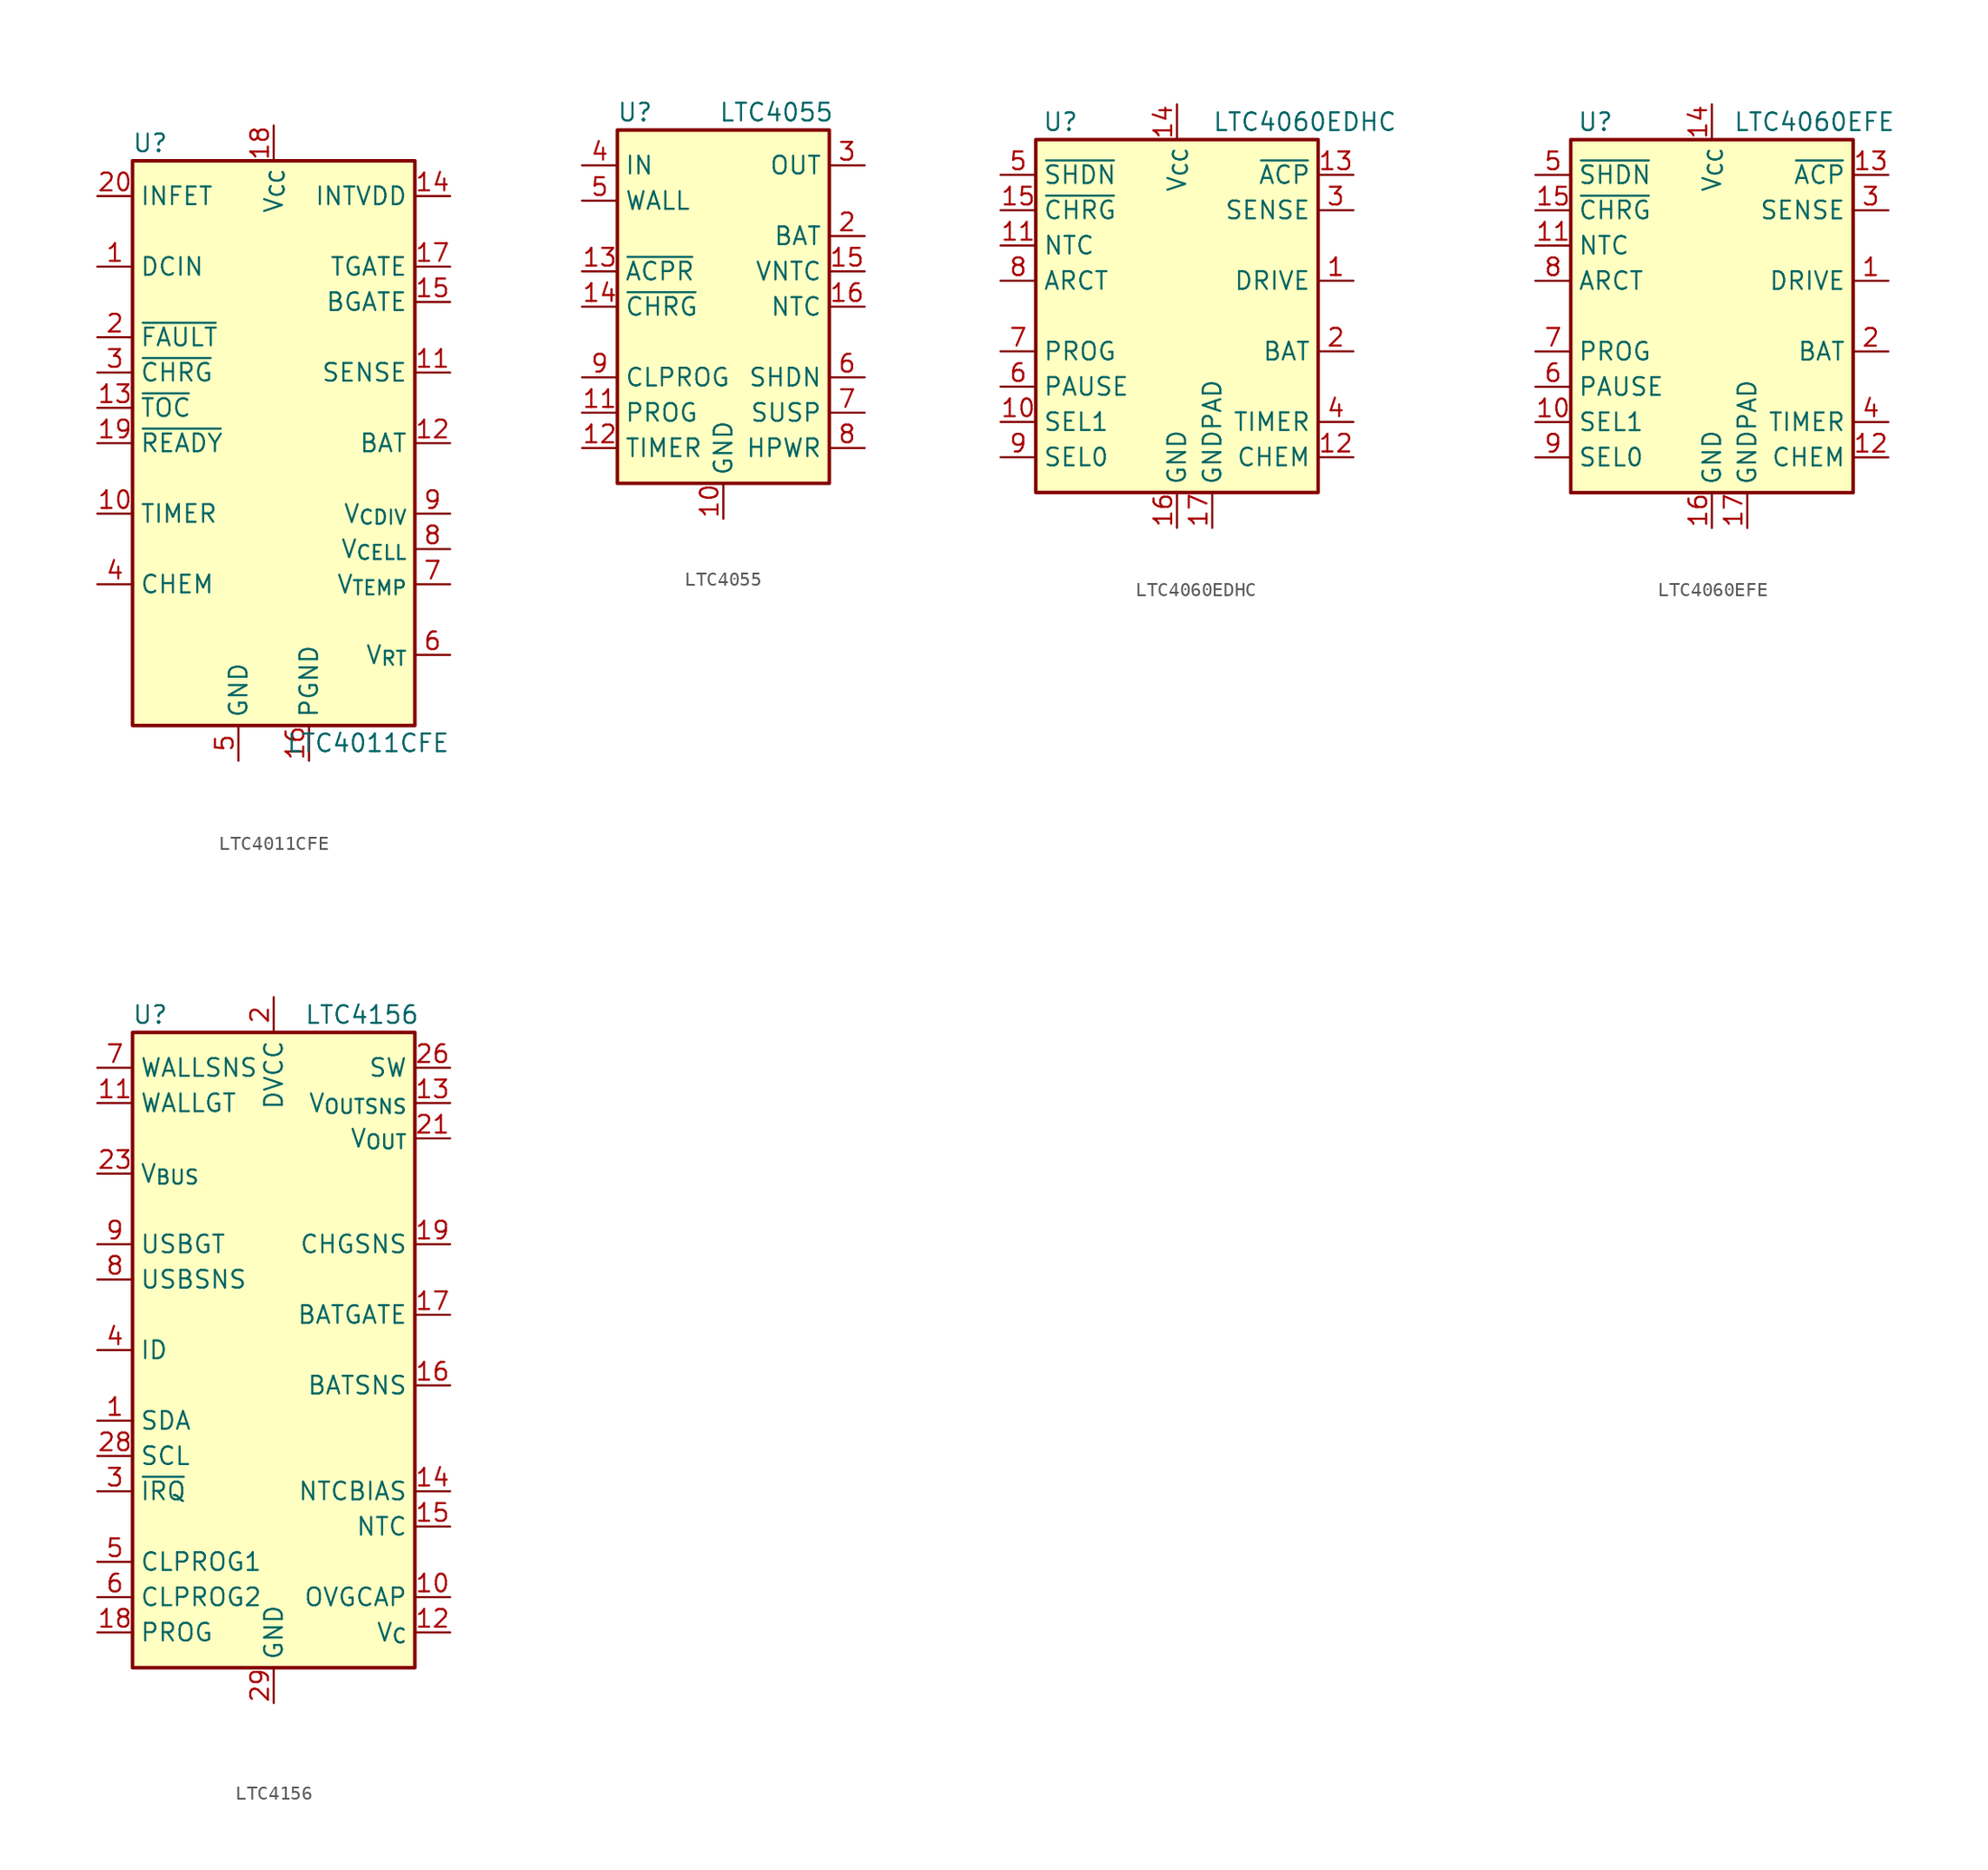
<source format=kicad_sym>
(kicad_symbol_lib
  (version 20241209)
  (generator "kicad_symbol_editor")
  (generator_version "9.0")
  (symbol "LTC4011CFE"
    (property "Reference" "U"
      (at -8.89 21.59 0)
      (effects (font (size 1.27 1.27))))
    (property "Value" "LTC4011CFE"
      (at 12.7 -21.59 0)
      (effects (font (size 1.27 1.27)) (justify right)))
    (symbol "LTC4011CFE_0_1"
      (rectangle (start -10.16 20.32) (end 10.16 -20.32) (stroke (width 0.254) (type default)) (fill (type background))))
    (symbol "LTC4011CFE_1_1"
      (pin output line (at -12.7 17.78 0) (length 2.54) (name "INFET" (effects (font (size 1.27 1.27)))) (number "20" (effects (font (size 1.27 1.27)))))
      (pin input line (at -12.7 12.7 0) (length 2.54) (name "DCIN" (effects (font (size 1.27 1.27)))) (number "1" (effects (font (size 1.27 1.27)))))
      (pin open_collector line (at -12.7 7.62 0) (length 2.54) (name "~{FAULT}" (effects (font (size 1.27 1.27)))) (number "2" (effects (font (size 1.27 1.27)))))
      (pin open_collector line (at -12.7 5.08 0) (length 2.54) (name "~{CHRG}" (effects (font (size 1.27 1.27)))) (number "3" (effects (font (size 1.27 1.27)))))
      (pin open_collector line (at -12.7 2.54 0) (length 2.54) (name "~{TOC}" (effects (font (size 1.27 1.27)))) (number "13" (effects (font (size 1.27 1.27)))))
      (pin open_collector line (at -12.7 0 0) (length 2.54) (name "~{READY}" (effects (font (size 1.27 1.27)))) (number "19" (effects (font (size 1.27 1.27)))))
      (pin passive line (at -12.7 -5.08 0) (length 2.54) (name "TIMER" (effects (font (size 1.27 1.27)))) (number "10" (effects (font (size 1.27 1.27)))))
      (pin passive line (at -12.7 -10.16 0) (length 2.54) (name "CHEM" (effects (font (size 1.27 1.27)))) (number "4" (effects (font (size 1.27 1.27)))))
      (pin passive line (at -2.54 -22.86 90) (length 2.54) (hide yes) (name "GND" (effects (font (size 1.27 1.27)))) (number "21" (effects (font (size 1.27 1.27)))))
      (pin power_in line (at -2.54 -22.86 90) (length 2.54) (name "GND" (effects (font (size 1.27 1.27)))) (number "5" (effects (font (size 1.27 1.27)))))
      (pin power_in line (at 0 22.86 270) (length 2.54) (name "V_{CC}" (effects (font (size 1.27 1.27)))) (number "18" (effects (font (size 1.27 1.27)))))
      (pin power_in line (at 2.54 -22.86 90) (length 2.54) (name "PGND" (effects (font (size 1.27 1.27)))) (number "16" (effects (font (size 1.27 1.27)))))
      (pin power_out line (at 12.7 17.78 180) (length 2.54) (name "INTVDD" (effects (font (size 1.27 1.27)))) (number "14" (effects (font (size 1.27 1.27)))))
      (pin output line (at 12.7 12.7 180) (length 2.54) (name "TGATE" (effects (font (size 1.27 1.27)))) (number "17" (effects (font (size 1.27 1.27)))))
      (pin output line (at 12.7 10.16 180) (length 2.54) (name "BGATE" (effects (font (size 1.27 1.27)))) (number "15" (effects (font (size 1.27 1.27)))))
      (pin input line (at 12.7 5.08 180) (length 2.54) (name "SENSE" (effects (font (size 1.27 1.27)))) (number "11" (effects (font (size 1.27 1.27)))))
      (pin power_out line (at 12.7 0 180) (length 2.54) (name "BAT" (effects (font (size 1.27 1.27)))) (number "12" (effects (font (size 1.27 1.27)))))
      (pin output line (at 12.7 -5.08 180) (length 2.54) (name "V_{CDIV}" (effects (font (size 1.27 1.27)))) (number "9" (effects (font (size 1.27 1.27)))))
      (pin input line (at 12.7 -7.62 180) (length 2.54) (name "V_{CELL}" (effects (font (size 1.27 1.27)))) (number "8" (effects (font (size 1.27 1.27)))))
      (pin input line (at 12.7 -10.16 180) (length 2.54) (name "V_{TEMP}" (effects (font (size 1.27 1.27)))) (number "7" (effects (font (size 1.27 1.27)))))
      (pin output line (at 12.7 -15.24 180) (length 2.54) (name "V_{RT}" (effects (font (size 1.27 1.27)))) (number "6" (effects (font (size 1.27 1.27)))))))
  (symbol "LTC4055"
    (property "Reference" "U"
      (at -6.35 13.97 0)
      (effects (font (size 1.27 1.27))))
    (property "Value" "LTC4055"
      (at 3.81 13.97 0)
      (effects (font (size 1.27 1.27))))
    (symbol "LTC4055_0_1"
      (rectangle (start -7.62 12.7) (end 7.62 -12.7) (stroke (width 0.254) (type default)) (fill (type background))))
    (symbol "LTC4055_1_1"
      (pin passive line (at -10.16 10.16 0) (length 2.54) (hide yes) (name "IN" (effects (font (size 1.27 1.27)))) (number "1" (effects (font (size 1.27 1.27)))))
      (pin power_in line (at -10.16 10.16 0) (length 2.54) (name "IN" (effects (font (size 1.27 1.27)))) (number "4" (effects (font (size 1.27 1.27)))))
      (pin input line (at -10.16 7.62 0) (length 2.54) (name "WALL" (effects (font (size 1.27 1.27)))) (number "5" (effects (font (size 1.27 1.27)))))
      (pin open_collector line (at -10.16 2.54 0) (length 2.54) (name "~{ACPR}" (effects (font (size 1.27 1.27)))) (number "13" (effects (font (size 1.27 1.27)))))
      (pin open_collector line (at -10.16 0 0) (length 2.54) (name "~{CHRG}" (effects (font (size 1.27 1.27)))) (number "14" (effects (font (size 1.27 1.27)))))
      (pin passive line (at -10.16 -5.08 0) (length 2.54) (name "CLPROG" (effects (font (size 1.27 1.27)))) (number "9" (effects (font (size 1.27 1.27)))))
      (pin passive line (at -10.16 -7.62 0) (length 2.54) (name "PROG" (effects (font (size 1.27 1.27)))) (number "11" (effects (font (size 1.27 1.27)))))
      (pin passive line (at -10.16 -10.16 0) (length 2.54) (name "TIMER" (effects (font (size 1.27 1.27)))) (number "12" (effects (font (size 1.27 1.27)))))
      (pin power_in line (at 0 -15.24 90) (length 2.54) (name "GND" (effects (font (size 1.27 1.27)))) (number "10" (effects (font (size 1.27 1.27)))))
      (pin passive line (at 0 -15.24 90) (length 2.54) (hide yes) (name "GND" (effects (font (size 1.27 1.27)))) (number "17" (effects (font (size 1.27 1.27)))))
      (pin passive line (at 10.16 10.16 180) (length 2.54) (name "OUT" (effects (font (size 1.27 1.27)))) (number "3" (effects (font (size 1.27 1.27)))))
      (pin passive line (at 10.16 5.08 180) (length 2.54) (name "BAT" (effects (font (size 1.27 1.27)))) (number "2" (effects (font (size 1.27 1.27)))))
      (pin output line (at 10.16 2.54 180) (length 2.54) (name "VNTC" (effects (font (size 1.27 1.27)))) (number "15" (effects (font (size 1.27 1.27)))))
      (pin input line (at 10.16 0 180) (length 2.54) (name "NTC" (effects (font (size 1.27 1.27)))) (number "16" (effects (font (size 1.27 1.27)))))
      (pin input line (at 10.16 -5.08 180) (length 2.54) (name "SHDN" (effects (font (size 1.27 1.27)))) (number "6" (effects (font (size 1.27 1.27)))))
      (pin input line (at 10.16 -7.62 180) (length 2.54) (name "SUSP" (effects (font (size 1.27 1.27)))) (number "7" (effects (font (size 1.27 1.27)))))
      (pin input line (at 10.16 -10.16 180) (length 2.54) (name "HPWR" (effects (font (size 1.27 1.27)))) (number "8" (effects (font (size 1.27 1.27)))))))
  (symbol "LTC4060EDHC"
    (property "Reference" "U"
      (at -8.382 13.97 0)
      (effects (font (size 1.27 1.27))))
    (property "Value" "LTC4060EDHC"
      (at 2.54 13.97 0)
      (effects (font (size 1.27 1.27)) (justify left)))
    (symbol "LTC4060EDHC_0_1"
      (rectangle (start -10.16 12.7) (end 10.16 -12.7) (stroke (width 0.254) (type default)) (fill (type background))))
    (symbol "LTC4060EDHC_1_1"
      (pin input line (at -12.7 10.16 0) (length 2.54) (name "~{SHDN}" (effects (font (size 1.27 1.27)))) (number "5" (effects (font (size 1.27 1.27)))))
      (pin open_collector line (at -12.7 7.62 0) (length 2.54) (name "~{CHRG}" (effects (font (size 1.27 1.27)))) (number "15" (effects (font (size 1.27 1.27)))))
      (pin input line (at -12.7 5.08 0) (length 2.54) (name "NTC" (effects (font (size 1.27 1.27)))) (number "11" (effects (font (size 1.27 1.27)))))
      (pin input line (at -12.7 2.54 0) (length 2.54) (name "ARCT" (effects (font (size 1.27 1.27)))) (number "8" (effects (font (size 1.27 1.27)))))
      (pin input line (at -12.7 -2.54 0) (length 2.54) (name "PROG" (effects (font (size 1.27 1.27)))) (number "7" (effects (font (size 1.27 1.27)))))
      (pin input line (at -12.7 -5.08 0) (length 2.54) (name "PAUSE" (effects (font (size 1.27 1.27)))) (number "6" (effects (font (size 1.27 1.27)))))
      (pin input line (at -12.7 -7.62 0) (length 2.54) (name "SEL1" (effects (font (size 1.27 1.27)))) (number "10" (effects (font (size 1.27 1.27)))))
      (pin input line (at -12.7 -10.16 0) (length 2.54) (name "SEL0" (effects (font (size 1.27 1.27)))) (number "9" (effects (font (size 1.27 1.27)))))
      (pin power_in line (at 0 15.24 270) (length 2.54) (name "V_{CC}" (effects (font (size 1.27 1.27)))) (number "14" (effects (font (size 1.27 1.27)))))
      (pin power_in line (at 0 -15.24 90) (length 2.54) (name "GND" (effects (font (size 1.27 1.27)))) (number "16" (effects (font (size 1.27 1.27)))))
      (pin power_in line (at 2.54 -15.24 90) (length 2.54) (name "GNDPAD" (effects (font (size 1.27 1.27)))) (number "17" (effects (font (size 1.27 1.27)))))
      (pin open_collector line (at 12.7 10.16 180) (length 2.54) (name "~{ACP}" (effects (font (size 1.27 1.27)))) (number "13" (effects (font (size 1.27 1.27)))))
      (pin input line (at 12.7 7.62 180) (length 2.54) (name "SENSE" (effects (font (size 1.27 1.27)))) (number "3" (effects (font (size 1.27 1.27)))))
      (pin output line (at 12.7 2.54 180) (length 2.54) (name "DRIVE" (effects (font (size 1.27 1.27)))) (number "1" (effects (font (size 1.27 1.27)))))
      (pin input line (at 12.7 -2.54 180) (length 2.54) (name "BAT" (effects (font (size 1.27 1.27)))) (number "2" (effects (font (size 1.27 1.27)))))
      (pin input line (at 12.7 -7.62 180) (length 2.54) (name "TIMER" (effects (font (size 1.27 1.27)))) (number "4" (effects (font (size 1.27 1.27)))))
      (pin input line (at 12.7 -10.16 180) (length 2.54) (name "CHEM" (effects (font (size 1.27 1.27)))) (number "12" (effects (font (size 1.27 1.27)))))))
  (symbol "LTC4060EFE"
    (property "Reference" "U"
      (at -8.382 13.97 0)
      (effects (font (size 1.27 1.27))))
    (property "Value" "LTC4060EFE"
      (at 1.524 13.97 0)
      (effects (font (size 1.27 1.27)) (justify left)))
    (symbol "LTC4060EFE_0_1"
      (rectangle (start -10.16 12.7) (end 10.16 -12.7) (stroke (width 0.254) (type default)) (fill (type background))))
    (symbol "LTC4060EFE_1_1"
      (pin input line (at -12.7 10.16 0) (length 2.54) (name "~{SHDN}" (effects (font (size 1.27 1.27)))) (number "5" (effects (font (size 1.27 1.27)))))
      (pin open_collector line (at -12.7 7.62 0) (length 2.54) (name "~{CHRG}" (effects (font (size 1.27 1.27)))) (number "15" (effects (font (size 1.27 1.27)))))
      (pin input line (at -12.7 5.08 0) (length 2.54) (name "NTC" (effects (font (size 1.27 1.27)))) (number "11" (effects (font (size 1.27 1.27)))))
      (pin input line (at -12.7 2.54 0) (length 2.54) (name "ARCT" (effects (font (size 1.27 1.27)))) (number "8" (effects (font (size 1.27 1.27)))))
      (pin input line (at -12.7 -2.54 0) (length 2.54) (name "PROG" (effects (font (size 1.27 1.27)))) (number "7" (effects (font (size 1.27 1.27)))))
      (pin input line (at -12.7 -5.08 0) (length 2.54) (name "PAUSE" (effects (font (size 1.27 1.27)))) (number "6" (effects (font (size 1.27 1.27)))))
      (pin input line (at -12.7 -7.62 0) (length 2.54) (name "SEL1" (effects (font (size 1.27 1.27)))) (number "10" (effects (font (size 1.27 1.27)))))
      (pin input line (at -12.7 -10.16 0) (length 2.54) (name "SEL0" (effects (font (size 1.27 1.27)))) (number "9" (effects (font (size 1.27 1.27)))))
      (pin power_in line (at 0 15.24 270) (length 2.54) (name "V_{CC}" (effects (font (size 1.27 1.27)))) (number "14" (effects (font (size 1.27 1.27)))))
      (pin power_in line (at 0 -15.24 90) (length 2.54) (name "GND" (effects (font (size 1.27 1.27)))) (number "16" (effects (font (size 1.27 1.27)))))
      (pin power_in line (at 2.54 -15.24 90) (length 2.54) (name "GNDPAD" (effects (font (size 1.27 1.27)))) (number "17" (effects (font (size 1.27 1.27)))))
      (pin open_collector line (at 12.7 10.16 180) (length 2.54) (name "~{ACP}" (effects (font (size 1.27 1.27)))) (number "13" (effects (font (size 1.27 1.27)))))
      (pin input line (at 12.7 7.62 180) (length 2.54) (name "SENSE" (effects (font (size 1.27 1.27)))) (number "3" (effects (font (size 1.27 1.27)))))
      (pin output line (at 12.7 2.54 180) (length 2.54) (name "DRIVE" (effects (font (size 1.27 1.27)))) (number "1" (effects (font (size 1.27 1.27)))))
      (pin input line (at 12.7 -2.54 180) (length 2.54) (name "BAT" (effects (font (size 1.27 1.27)))) (number "2" (effects (font (size 1.27 1.27)))))
      (pin input line (at 12.7 -7.62 180) (length 2.54) (name "TIMER" (effects (font (size 1.27 1.27)))) (number "4" (effects (font (size 1.27 1.27)))))
      (pin input line (at 12.7 -10.16 180) (length 2.54) (name "CHEM" (effects (font (size 1.27 1.27)))) (number "12" (effects (font (size 1.27 1.27)))))))
  (symbol "LTC4156"
    (property "Reference" "U"
      (at -8.89 24.13 0)
      (effects (font (size 1.27 1.27))))
    (property "Value" "LTC4156"
      (at 6.35 24.13 0)
      (effects (font (size 1.27 1.27))))
    (symbol "LTC4156_0_1"
      (rectangle (start -10.16 22.86) (end 10.16 -22.86) (stroke (width 0.254) (type default)) (fill (type background))))
    (symbol "LTC4156_1_1"
      (pin input line (at -12.7 20.32 0) (length 2.54) (name "WALLSNS" (effects (font (size 1.27 1.27)))) (number "7" (effects (font (size 1.27 1.27)))))
      (pin output line (at -12.7 17.78 0) (length 2.54) (name "WALLGT" (effects (font (size 1.27 1.27)))) (number "11" (effects (font (size 1.27 1.27)))))
      (pin passive line (at -12.7 12.7 0) (length 2.54) (name "V_{BUS}" (effects (font (size 1.27 1.27)))) (number "23" (effects (font (size 1.27 1.27)))))
      (pin passive line (at -12.7 12.7 0) (length 2.54) (hide yes) (name "V_{BUS}" (effects (font (size 1.27 1.27)))) (number "24" (effects (font (size 1.27 1.27)))))
      (pin passive line (at -12.7 12.7 0) (length 2.54) (hide yes) (name "V_{BUS}" (effects (font (size 1.27 1.27)))) (number "25" (effects (font (size 1.27 1.27)))))
      (pin output line (at -12.7 7.62 0) (length 2.54) (name "USBGT" (effects (font (size 1.27 1.27)))) (number "9" (effects (font (size 1.27 1.27)))))
      (pin input line (at -12.7 5.08 0) (length 2.54) (name "USBSNS" (effects (font (size 1.27 1.27)))) (number "8" (effects (font (size 1.27 1.27)))))
      (pin input line (at -12.7 0 0) (length 2.54) (name "ID" (effects (font (size 1.27 1.27)))) (number "4" (effects (font (size 1.27 1.27)))))
      (pin bidirectional line (at -12.7 -5.08 0) (length 2.54) (name "SDA" (effects (font (size 1.27 1.27)))) (number "1" (effects (font (size 1.27 1.27)))))
      (pin input line (at -12.7 -7.62 0) (length 2.54) (name "SCL" (effects (font (size 1.27 1.27)))) (number "28" (effects (font (size 1.27 1.27)))))
      (pin open_collector line (at -12.7 -10.16 0) (length 2.54) (name "~{IRQ}" (effects (font (size 1.27 1.27)))) (number "3" (effects (font (size 1.27 1.27)))))
      (pin passive line (at -12.7 -15.24 0) (length 2.54) (name "CLPROG1" (effects (font (size 1.27 1.27)))) (number "5" (effects (font (size 1.27 1.27)))))
      (pin passive line (at -12.7 -17.78 0) (length 2.54) (name "CLPROG2" (effects (font (size 1.27 1.27)))) (number "6" (effects (font (size 1.27 1.27)))))
      (pin passive line (at -12.7 -20.32 0) (length 2.54) (name "PROG" (effects (font (size 1.27 1.27)))) (number "18" (effects (font (size 1.27 1.27)))))
      (pin power_in line (at 0 25.4 270) (length 2.54) (name "DVCC" (effects (font (size 1.27 1.27)))) (number "2" (effects (font (size 1.27 1.27)))))
      (pin power_in line (at 0 -25.4 90) (length 2.54) (name "GND" (effects (font (size 1.27 1.27)))) (number "29" (effects (font (size 1.27 1.27)))))
      (pin passive line (at 12.7 20.32 180) (length 2.54) (name "SW" (effects (font (size 1.27 1.27)))) (number "26" (effects (font (size 1.27 1.27)))))
      (pin passive line (at 12.7 20.32 180) (length 2.54) (hide yes) (name "SW" (effects (font (size 1.27 1.27)))) (number "27" (effects (font (size 1.27 1.27)))))
      (pin input line (at 12.7 17.78 180) (length 2.54) (name "V_{OUTSNS}" (effects (font (size 1.27 1.27)))) (number "13" (effects (font (size 1.27 1.27)))))
      (pin passive line (at 12.7 15.24 180) (length 2.54) (name "V_{OUT}" (effects (font (size 1.27 1.27)))) (number "21" (effects (font (size 1.27 1.27)))))
      (pin passive line (at 12.7 15.24 180) (length 2.54) (hide yes) (name "V_{OUT}" (effects (font (size 1.27 1.27)))) (number "22" (effects (font (size 1.27 1.27)))))
      (pin passive line (at 12.7 7.62 180) (length 2.54) (name "CHGSNS" (effects (font (size 1.27 1.27)))) (number "19" (effects (font (size 1.27 1.27)))))
      (pin passive line (at 12.7 7.62 180) (length 2.54) (hide yes) (name "CHGSNS" (effects (font (size 1.27 1.27)))) (number "20" (effects (font (size 1.27 1.27)))))
      (pin output line (at 12.7 2.54 180) (length 2.54) (name "BATGATE" (effects (font (size 1.27 1.27)))) (number "17" (effects (font (size 1.27 1.27)))))
      (pin input line (at 12.7 -2.54 180) (length 2.54) (name "BATSNS" (effects (font (size 1.27 1.27)))) (number "16" (effects (font (size 1.27 1.27)))))
      (pin output line (at 12.7 -10.16 180) (length 2.54) (name "NTCBIAS" (effects (font (size 1.27 1.27)))) (number "14" (effects (font (size 1.27 1.27)))))
      (pin input line (at 12.7 -12.7 180) (length 2.54) (name "NTC" (effects (font (size 1.27 1.27)))) (number "15" (effects (font (size 1.27 1.27)))))
      (pin passive line (at 12.7 -17.78 180) (length 2.54) (name "OVGCAP" (effects (font (size 1.27 1.27)))) (number "10" (effects (font (size 1.27 1.27)))))
      (pin passive line (at 12.7 -20.32 180) (length 2.54) (name "V_{C}" (effects (font (size 1.27 1.27)))) (number "12" (effects (font (size 1.27 1.27))))))))
</source>
